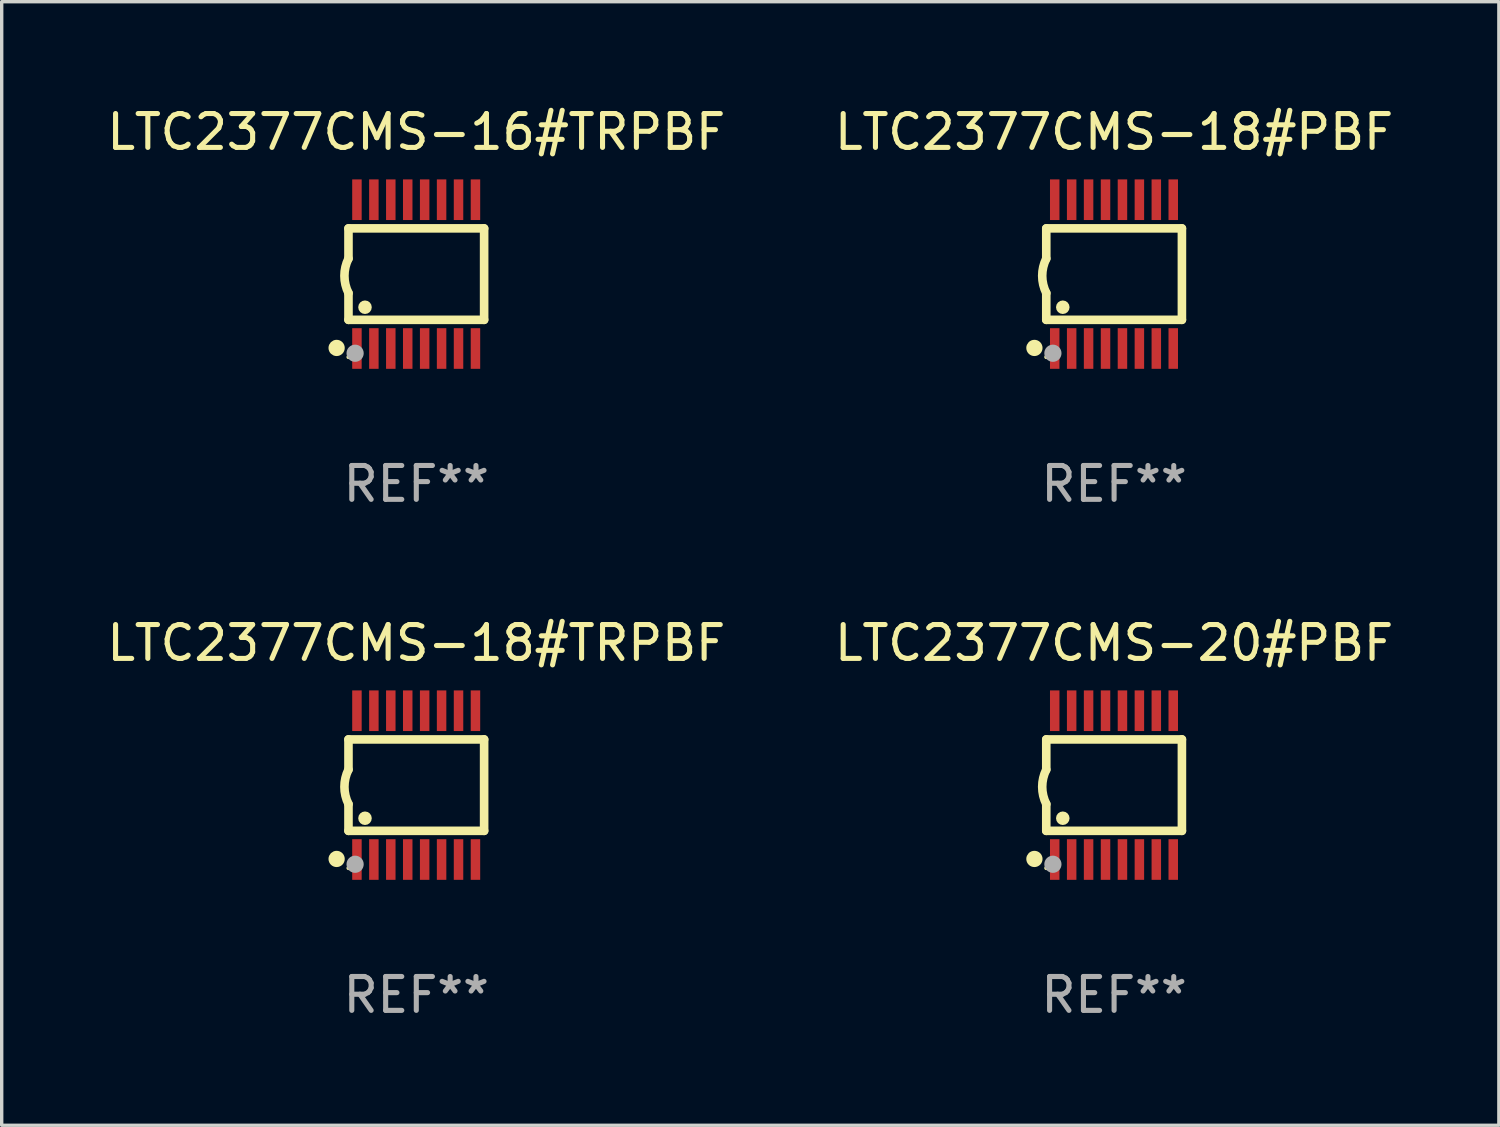
<source format=kicad_pcb>
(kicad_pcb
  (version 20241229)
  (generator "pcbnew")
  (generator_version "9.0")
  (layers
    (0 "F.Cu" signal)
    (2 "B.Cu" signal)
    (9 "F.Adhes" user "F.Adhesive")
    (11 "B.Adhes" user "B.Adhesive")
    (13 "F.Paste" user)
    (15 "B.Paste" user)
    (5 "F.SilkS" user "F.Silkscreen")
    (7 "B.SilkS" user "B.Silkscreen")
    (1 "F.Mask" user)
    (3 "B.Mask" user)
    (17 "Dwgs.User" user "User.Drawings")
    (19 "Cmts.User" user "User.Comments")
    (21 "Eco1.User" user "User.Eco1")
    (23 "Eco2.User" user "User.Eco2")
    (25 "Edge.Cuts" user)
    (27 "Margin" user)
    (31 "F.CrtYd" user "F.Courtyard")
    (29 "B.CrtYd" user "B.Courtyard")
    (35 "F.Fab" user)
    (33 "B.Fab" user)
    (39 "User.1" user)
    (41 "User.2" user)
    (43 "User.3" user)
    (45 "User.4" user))
  (footprint "LTC2377CMS-18#TRPBF"
    (layer "F.Cu")
    (at 9.244 20.136)
    (property "Reference" "LTC2377CMS-18#TRPBF" (at 0 -4.197 0) (layer "F.SilkS") (effects (font (size 1 1) (thickness 0.15))))
    (attr through_hole)
    (fp_line (start -2.003 -1.35) (end -2.003 -0.457) (stroke (width 0.254) (type solid)) (layer "F.SilkS"))
    (fp_line (start -2.003 -1.35) (end 2.003 -1.35) (stroke (width 0.254) (type solid)) (layer "F.SilkS"))
    (fp_line (start -2.003 1.35) (end -2.003 0.559) (stroke (width 0.254) (type solid)) (layer "F.SilkS"))
    (fp_line (start -2.003 1.35) (end 2.003 1.35) (stroke (width 0.254) (type solid)) (layer "F.SilkS"))
    (fp_line (start 2.003 -1.35) (end 2.003 1.35) (stroke (width 0.254) (type solid)) (layer "F.SilkS"))
    (fp_arc (start -2.002286 0.558802) (mid -2.122556 0.05092) (end -2.003302 -0.457201) (stroke (width 0.254001) (type solid)) (layer "F.SilkS"))
    (fp_circle (center -2.353 2.18) (end -2.233 2.18) (stroke (width 0.24) (type solid)) (fill no) (layer "F.SilkS"))
    (fp_circle (center -2.003 2.45) (end -1.973 2.45) (stroke (width 0.06) (type solid)) (fill no) (layer "F.SilkS"))
    (fp_circle (center -1.515 0.978) (end -1.415 0.978) (stroke (width 0.2) (type solid)) (fill no) (layer "F.SilkS"))
    (fp_circle (center -1.807 2.337) (end -1.68 2.337) (stroke (width 0.254) (type solid)) (fill no) (layer "F.Fab"))
    (fp_text user "REF**" (at 0 6.197 0) (layer "F.Fab") (effects (font (size 1 1) (thickness 0.15))))
    (pad "1" smd rect (at -1.753 2.197 90) (size 1.2 0.28) (layers "F.Cu" "F.Mask" "F.Paste"))
    (pad "2" smd rect (at -1.253 2.197 90) (size 1.2 0.28) (layers "F.Cu" "F.Mask" "F.Paste"))
    (pad "3" smd rect (at -0.753 2.197 90) (size 1.2 0.28) (layers "F.Cu" "F.Mask" "F.Paste"))
    (pad "4" smd rect (at -0.253 2.197 90) (size 1.2 0.28) (layers "F.Cu" "F.Mask" "F.Paste"))
    (pad "5" smd rect (at 0.247 2.197 90) (size 1.2 0.28) (layers "F.Cu" "F.Mask" "F.Paste"))
    (pad "6" smd rect (at 0.747 2.197 90) (size 1.2 0.28) (layers "F.Cu" "F.Mask" "F.Paste"))
    (pad "7" smd rect (at 1.247 2.197 90) (size 1.2 0.28) (layers "F.Cu" "F.Mask" "F.Paste"))
    (pad "8" smd rect (at 1.747 2.197 90) (size 1.2 0.28) (layers "F.Cu" "F.Mask" "F.Paste"))
    (pad "9" smd rect (at 1.747 -2.197 90) (size 1.2 0.28) (layers "F.Cu" "F.Mask" "F.Paste"))
    (pad "10" smd rect (at 1.247 -2.197 90) (size 1.2 0.28) (layers "F.Cu" "F.Mask" "F.Paste"))
    (pad "11" smd rect (at 0.747 -2.197 90) (size 1.2 0.28) (layers "F.Cu" "F.Mask" "F.Paste"))
    (pad "12" smd rect (at 0.247 -2.197 90) (size 1.2 0.28) (layers "F.Cu" "F.Mask" "F.Paste"))
    (pad "13" smd rect (at -0.253 -2.197 90) (size 1.2 0.28) (layers "F.Cu" "F.Mask" "F.Paste"))
    (pad "14" smd rect (at -0.753 -2.197 90) (size 1.2 0.28) (layers "F.Cu" "F.Mask" "F.Paste"))
    (pad "15" smd rect (at -1.253 -2.197 90) (size 1.2 0.28) (layers "F.Cu" "F.Mask" "F.Paste"))
    (pad "16" smd rect (at -1.753 -2.197 90) (size 1.2 0.28) (layers "F.Cu" "F.Mask" "F.Paste")))
  (footprint "LTC2377CMS-16#TRPBF"
    (layer "F.Cu")
    (at 9.244 5.045)
    (property "Reference" "LTC2377CMS-16#TRPBF" (at 0 -4.197 0) (layer "F.SilkS") (effects (font (size 1 1) (thickness 0.15))))
    (attr through_hole)
    (fp_line (start -2.003 -1.35) (end -2.003 -0.457) (stroke (width 0.254) (type solid)) (layer "F.SilkS"))
    (fp_line (start -2.003 -1.35) (end 2.003 -1.35) (stroke (width 0.254) (type solid)) (layer "F.SilkS"))
    (fp_line (start -2.003 1.35) (end -2.003 0.559) (stroke (width 0.254) (type solid)) (layer "F.SilkS"))
    (fp_line (start -2.003 1.35) (end 2.003 1.35) (stroke (width 0.254) (type solid)) (layer "F.SilkS"))
    (fp_line (start 2.003 -1.35) (end 2.003 1.35) (stroke (width 0.254) (type solid)) (layer "F.SilkS"))
    (fp_arc (start -2.002286 0.558802) (mid -2.122556 0.05092) (end -2.003302 -0.457201) (stroke (width 0.254001) (type solid)) (layer "F.SilkS"))
    (fp_circle (center -2.353 2.18) (end -2.233 2.18) (stroke (width 0.24) (type solid)) (fill no) (layer "F.SilkS"))
    (fp_circle (center -2.003 2.45) (end -1.973 2.45) (stroke (width 0.06) (type solid)) (fill no) (layer "F.SilkS"))
    (fp_circle (center -1.515 0.978) (end -1.415 0.978) (stroke (width 0.2) (type solid)) (fill no) (layer "F.SilkS"))
    (fp_circle (center -1.807 2.337) (end -1.68 2.337) (stroke (width 0.254) (type solid)) (fill no) (layer "F.Fab"))
    (fp_text user "REF**" (at 0 6.197 0) (layer "F.Fab") (effects (font (size 1 1) (thickness 0.15))))
    (pad "1" smd rect (at -1.753 2.197 90) (size 1.2 0.28) (layers "F.Cu" "F.Mask" "F.Paste"))
    (pad "2" smd rect (at -1.253 2.197 90) (size 1.2 0.28) (layers "F.Cu" "F.Mask" "F.Paste"))
    (pad "3" smd rect (at -0.753 2.197 90) (size 1.2 0.28) (layers "F.Cu" "F.Mask" "F.Paste"))
    (pad "4" smd rect (at -0.253 2.197 90) (size 1.2 0.28) (layers "F.Cu" "F.Mask" "F.Paste"))
    (pad "5" smd rect (at 0.247 2.197 90) (size 1.2 0.28) (layers "F.Cu" "F.Mask" "F.Paste"))
    (pad "6" smd rect (at 0.747 2.197 90) (size 1.2 0.28) (layers "F.Cu" "F.Mask" "F.Paste"))
    (pad "7" smd rect (at 1.247 2.197 90) (size 1.2 0.28) (layers "F.Cu" "F.Mask" "F.Paste"))
    (pad "8" smd rect (at 1.747 2.197 90) (size 1.2 0.28) (layers "F.Cu" "F.Mask" "F.Paste"))
    (pad "9" smd rect (at 1.747 -2.197 90) (size 1.2 0.28) (layers "F.Cu" "F.Mask" "F.Paste"))
    (pad "10" smd rect (at 1.247 -2.197 90) (size 1.2 0.28) (layers "F.Cu" "F.Mask" "F.Paste"))
    (pad "11" smd rect (at 0.747 -2.197 90) (size 1.2 0.28) (layers "F.Cu" "F.Mask" "F.Paste"))
    (pad "12" smd rect (at 0.247 -2.197 90) (size 1.2 0.28) (layers "F.Cu" "F.Mask" "F.Paste"))
    (pad "13" smd rect (at -0.253 -2.197 90) (size 1.2 0.28) (layers "F.Cu" "F.Mask" "F.Paste"))
    (pad "14" smd rect (at -0.753 -2.197 90) (size 1.2 0.28) (layers "F.Cu" "F.Mask" "F.Paste"))
    (pad "15" smd rect (at -1.253 -2.197 90) (size 1.2 0.28) (layers "F.Cu" "F.Mask" "F.Paste"))
    (pad "16" smd rect (at -1.753 -2.197 90) (size 1.2 0.28) (layers "F.Cu" "F.Mask" "F.Paste")))
  (footprint "LTC2377CMS-20#PBF"
    (layer "F.Cu")
    (at 29.851 20.136)
    (property "Reference" "LTC2377CMS-20#PBF" (at 0 -4.197 0) (layer "F.SilkS") (effects (font (size 1 1) (thickness 0.15))))
    (attr through_hole)
    (fp_line (start -2.003 -1.35) (end -2.003 -0.457) (stroke (width 0.254) (type solid)) (layer "F.SilkS"))
    (fp_line (start -2.003 -1.35) (end 2.003 -1.35) (stroke (width 0.254) (type solid)) (layer "F.SilkS"))
    (fp_line (start -2.003 1.35) (end -2.003 0.559) (stroke (width 0.254) (type solid)) (layer "F.SilkS"))
    (fp_line (start -2.003 1.35) (end 2.003 1.35) (stroke (width 0.254) (type solid)) (layer "F.SilkS"))
    (fp_line (start 2.003 -1.35) (end 2.003 1.35) (stroke (width 0.254) (type solid)) (layer "F.SilkS"))
    (fp_arc (start -2.002286 0.558802) (mid -2.122556 0.05092) (end -2.003302 -0.457201) (stroke (width 0.254001) (type solid)) (layer "F.SilkS"))
    (fp_circle (center -2.353 2.18) (end -2.233 2.18) (stroke (width 0.24) (type solid)) (fill no) (layer "F.SilkS"))
    (fp_circle (center -2.003 2.45) (end -1.973 2.45) (stroke (width 0.06) (type solid)) (fill no) (layer "F.SilkS"))
    (fp_circle (center -1.515 0.978) (end -1.415 0.978) (stroke (width 0.2) (type solid)) (fill no) (layer "F.SilkS"))
    (fp_circle (center -1.807 2.337) (end -1.68 2.337) (stroke (width 0.254) (type solid)) (fill no) (layer "F.Fab"))
    (fp_text user "REF**" (at 0 6.197 0) (layer "F.Fab") (effects (font (size 1 1) (thickness 0.15))))
    (pad "1" smd rect (at -1.753 2.197 90) (size 1.2 0.28) (layers "F.Cu" "F.Mask" "F.Paste"))
    (pad "2" smd rect (at -1.253 2.197 90) (size 1.2 0.28) (layers "F.Cu" "F.Mask" "F.Paste"))
    (pad "3" smd rect (at -0.753 2.197 90) (size 1.2 0.28) (layers "F.Cu" "F.Mask" "F.Paste"))
    (pad "4" smd rect (at -0.253 2.197 90) (size 1.2 0.28) (layers "F.Cu" "F.Mask" "F.Paste"))
    (pad "5" smd rect (at 0.247 2.197 90) (size 1.2 0.28) (layers "F.Cu" "F.Mask" "F.Paste"))
    (pad "6" smd rect (at 0.747 2.197 90) (size 1.2 0.28) (layers "F.Cu" "F.Mask" "F.Paste"))
    (pad "7" smd rect (at 1.247 2.197 90) (size 1.2 0.28) (layers "F.Cu" "F.Mask" "F.Paste"))
    (pad "8" smd rect (at 1.747 2.197 90) (size 1.2 0.28) (layers "F.Cu" "F.Mask" "F.Paste"))
    (pad "9" smd rect (at 1.747 -2.197 90) (size 1.2 0.28) (layers "F.Cu" "F.Mask" "F.Paste"))
    (pad "10" smd rect (at 1.247 -2.197 90) (size 1.2 0.28) (layers "F.Cu" "F.Mask" "F.Paste"))
    (pad "11" smd rect (at 0.747 -2.197 90) (size 1.2 0.28) (layers "F.Cu" "F.Mask" "F.Paste"))
    (pad "12" smd rect (at 0.247 -2.197 90) (size 1.2 0.28) (layers "F.Cu" "F.Mask" "F.Paste"))
    (pad "13" smd rect (at -0.253 -2.197 90) (size 1.2 0.28) (layers "F.Cu" "F.Mask" "F.Paste"))
    (pad "14" smd rect (at -0.753 -2.197 90) (size 1.2 0.28) (layers "F.Cu" "F.Mask" "F.Paste"))
    (pad "15" smd rect (at -1.253 -2.197 90) (size 1.2 0.28) (layers "F.Cu" "F.Mask" "F.Paste"))
    (pad "16" smd rect (at -1.753 -2.197 90) (size 1.2 0.28) (layers "F.Cu" "F.Mask" "F.Paste")))
  (footprint "LTC2377CMS-18#PBF"
    (layer "F.Cu")
    (at 29.851 5.045)
    (property "Reference" "LTC2377CMS-18#PBF" (at 0 -4.197 0) (layer "F.SilkS") (effects (font (size 1 1) (thickness 0.15))))
    (attr through_hole)
    (fp_line (start -2.003 -1.35) (end -2.003 -0.457) (stroke (width 0.254) (type solid)) (layer "F.SilkS"))
    (fp_line (start -2.003 -1.35) (end 2.003 -1.35) (stroke (width 0.254) (type solid)) (layer "F.SilkS"))
    (fp_line (start -2.003 1.35) (end -2.003 0.559) (stroke (width 0.254) (type solid)) (layer "F.SilkS"))
    (fp_line (start -2.003 1.35) (end 2.003 1.35) (stroke (width 0.254) (type solid)) (layer "F.SilkS"))
    (fp_line (start 2.003 -1.35) (end 2.003 1.35) (stroke (width 0.254) (type solid)) (layer "F.SilkS"))
    (fp_arc (start -2.002286 0.558802) (mid -2.122556 0.05092) (end -2.003302 -0.457201) (stroke (width 0.254001) (type solid)) (layer "F.SilkS"))
    (fp_circle (center -2.353 2.18) (end -2.233 2.18) (stroke (width 0.24) (type solid)) (fill no) (layer "F.SilkS"))
    (fp_circle (center -2.003 2.45) (end -1.973 2.45) (stroke (width 0.06) (type solid)) (fill no) (layer "F.SilkS"))
    (fp_circle (center -1.515 0.978) (end -1.415 0.978) (stroke (width 0.2) (type solid)) (fill no) (layer "F.SilkS"))
    (fp_circle (center -1.807 2.337) (end -1.68 2.337) (stroke (width 0.254) (type solid)) (fill no) (layer "F.Fab"))
    (fp_text user "REF**" (at 0 6.197 0) (layer "F.Fab") (effects (font (size 1 1) (thickness 0.15))))
    (pad "1" smd rect (at -1.753 2.197 90) (size 1.2 0.28) (layers "F.Cu" "F.Mask" "F.Paste"))
    (pad "2" smd rect (at -1.253 2.197 90) (size 1.2 0.28) (layers "F.Cu" "F.Mask" "F.Paste"))
    (pad "3" smd rect (at -0.753 2.197 90) (size 1.2 0.28) (layers "F.Cu" "F.Mask" "F.Paste"))
    (pad "4" smd rect (at -0.253 2.197 90) (size 1.2 0.28) (layers "F.Cu" "F.Mask" "F.Paste"))
    (pad "5" smd rect (at 0.247 2.197 90) (size 1.2 0.28) (layers "F.Cu" "F.Mask" "F.Paste"))
    (pad "6" smd rect (at 0.747 2.197 90) (size 1.2 0.28) (layers "F.Cu" "F.Mask" "F.Paste"))
    (pad "7" smd rect (at 1.247 2.197 90) (size 1.2 0.28) (layers "F.Cu" "F.Mask" "F.Paste"))
    (pad "8" smd rect (at 1.747 2.197 90) (size 1.2 0.28) (layers "F.Cu" "F.Mask" "F.Paste"))
    (pad "9" smd rect (at 1.747 -2.197 90) (size 1.2 0.28) (layers "F.Cu" "F.Mask" "F.Paste"))
    (pad "10" smd rect (at 1.247 -2.197 90) (size 1.2 0.28) (layers "F.Cu" "F.Mask" "F.Paste"))
    (pad "11" smd rect (at 0.747 -2.197 90) (size 1.2 0.28) (layers "F.Cu" "F.Mask" "F.Paste"))
    (pad "12" smd rect (at 0.247 -2.197 90) (size 1.2 0.28) (layers "F.Cu" "F.Mask" "F.Paste"))
    (pad "13" smd rect (at -0.253 -2.197 90) (size 1.2 0.28) (layers "F.Cu" "F.Mask" "F.Paste"))
    (pad "14" smd rect (at -0.753 -2.197 90) (size 1.2 0.28) (layers "F.Cu" "F.Mask" "F.Paste"))
    (pad "15" smd rect (at -1.253 -2.197 90) (size 1.2 0.28) (layers "F.Cu" "F.Mask" "F.Paste"))
    (pad "16" smd rect (at -1.753 -2.197 90) (size 1.2 0.28) (layers "F.Cu" "F.Mask" "F.Paste")))
  (gr_rect
    (start -3 -3)
    (end 41.214 30.181)
    (stroke (width 0.1) (type default))
    (fill no)
    (layer "Edge.Cuts")))
</source>
